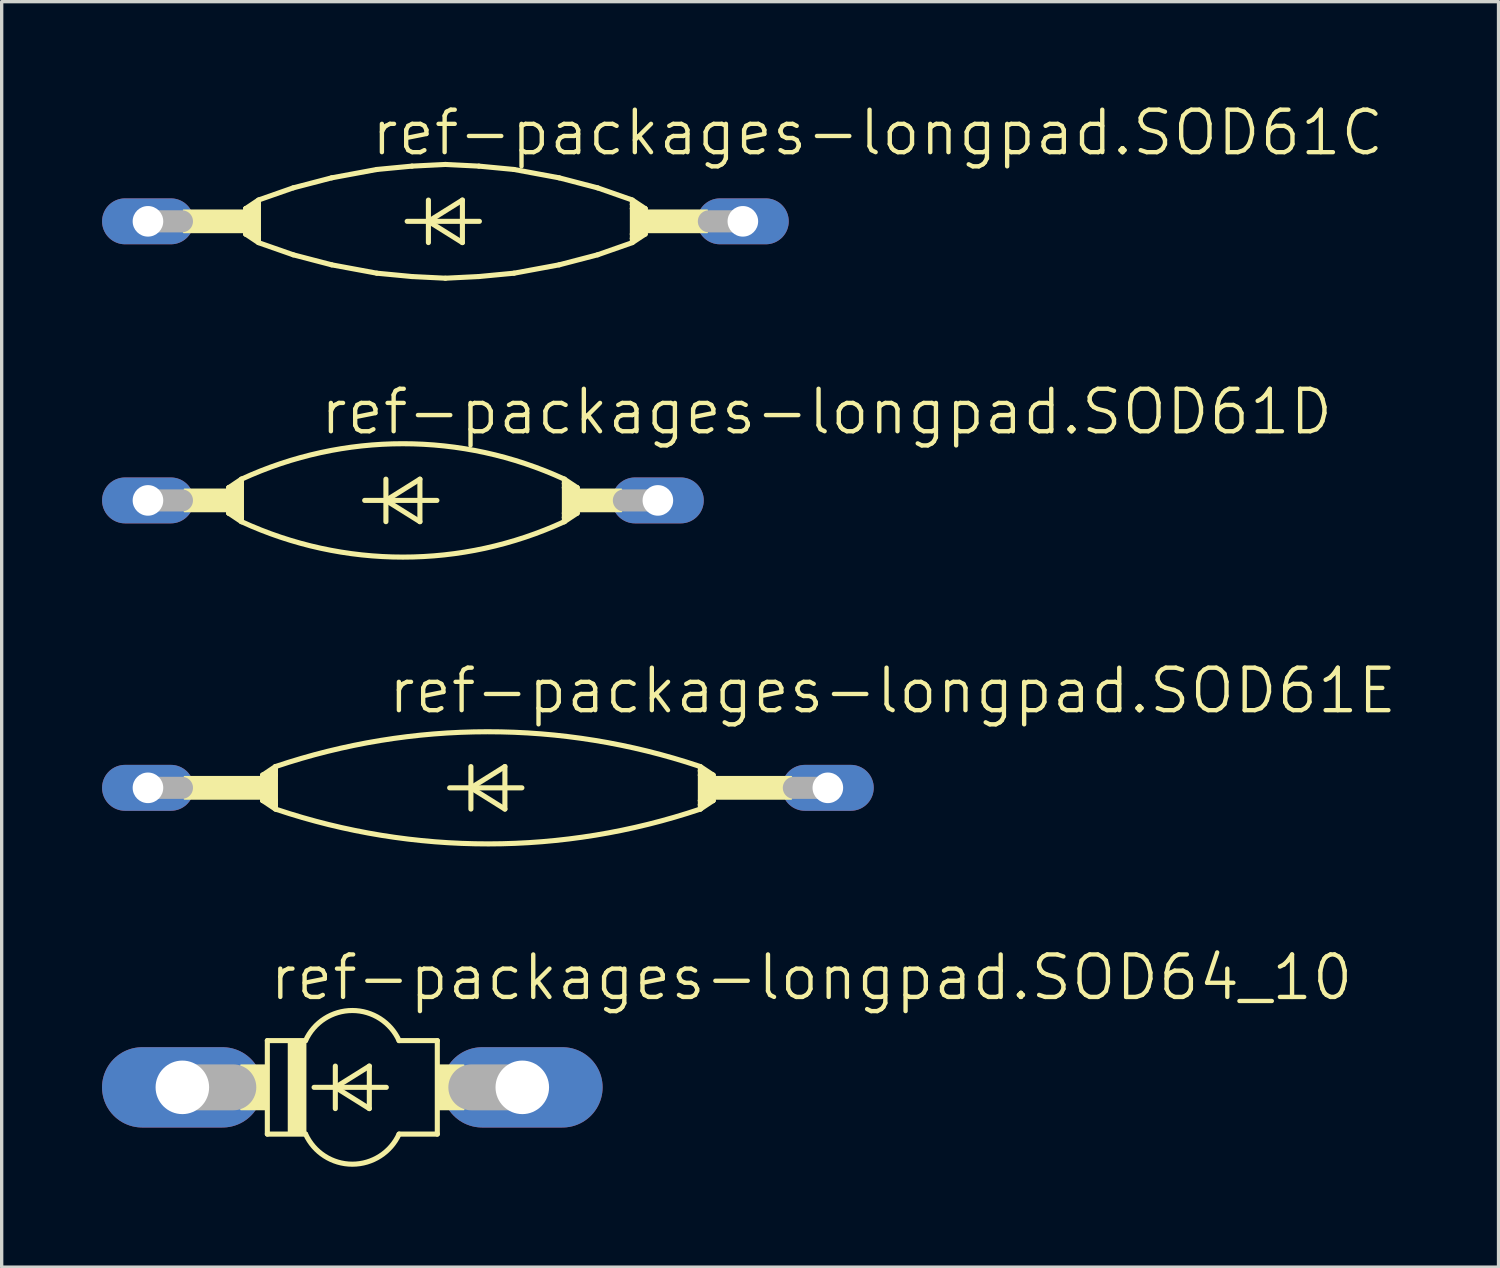
<source format=kicad_pcb>
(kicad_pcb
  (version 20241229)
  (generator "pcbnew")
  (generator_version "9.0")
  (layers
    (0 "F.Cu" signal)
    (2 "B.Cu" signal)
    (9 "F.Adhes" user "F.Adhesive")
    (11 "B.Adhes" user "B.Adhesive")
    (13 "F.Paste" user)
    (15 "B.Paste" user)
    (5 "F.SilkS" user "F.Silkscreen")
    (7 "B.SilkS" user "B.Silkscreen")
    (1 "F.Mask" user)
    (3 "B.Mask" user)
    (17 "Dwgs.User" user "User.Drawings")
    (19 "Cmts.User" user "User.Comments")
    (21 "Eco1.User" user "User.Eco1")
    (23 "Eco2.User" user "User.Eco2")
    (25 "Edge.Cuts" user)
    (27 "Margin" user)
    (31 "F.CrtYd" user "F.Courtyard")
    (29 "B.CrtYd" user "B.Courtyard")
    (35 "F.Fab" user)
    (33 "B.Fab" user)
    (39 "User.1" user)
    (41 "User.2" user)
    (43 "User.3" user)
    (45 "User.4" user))
  (footprint "ref-packages-longpad.SOD64_10"
    (layer "F.Cu")
    (at 7.48 29.448)
    (property "Reference" "ref-packages-longpad.SOD64_10" (at -2.54 -2.54 0) (layer "F.SilkS") (effects (font (size 1.27 1.27) (thickness 0.13)) (justify left bottom)))
    (attr through_hole)
    (fp_line (start -2.54 -1.397) (end -2.54 1.397) (stroke (width 0.152) (type default)) (layer "F.SilkS"))
    (fp_line (start -2.54 -1.397) (end -1.397 -1.397) (stroke (width 0.152) (type default)) (layer "F.SilkS"))
    (fp_line (start -2.54 1.397) (end -1.397 1.397) (stroke (width 0.152) (type default)) (layer "F.SilkS"))
    (fp_line (start -1.143 0) (end -0.508 0) (stroke (width 0.152) (type default)) (layer "F.SilkS"))
    (fp_line (start -0.508 -0.635) (end -0.508 0) (stroke (width 0.152) (type default)) (layer "F.SilkS"))
    (fp_line (start -0.508 0) (end -0.508 0.635) (stroke (width 0.152) (type default)) (layer "F.SilkS"))
    (fp_line (start -0.508 0) (end 0.508 -0.635) (stroke (width 0.152) (type default)) (layer "F.SilkS"))
    (fp_line (start -0.508 0) (end 1.016 0) (stroke (width 0.152) (type default)) (layer "F.SilkS"))
    (fp_line (start 0.508 -0.635) (end 0.508 0.635) (stroke (width 0.152) (type default)) (layer "F.SilkS"))
    (fp_line (start 0.508 0.635) (end -0.508 0) (stroke (width 0.152) (type default)) (layer "F.SilkS"))
    (fp_line (start 1.397 1.397) (end 2.54 1.397) (stroke (width 0.152) (type default)) (layer "F.SilkS"))
    (fp_line (start 2.54 -1.397) (end 1.397 -1.397) (stroke (width 0.152) (type default)) (layer "F.SilkS"))
    (fp_line (start 2.54 1.397) (end 2.54 -1.397) (stroke (width 0.152) (type default)) (layer "F.SilkS"))
    (fp_rect (start -3.327 0.66) (end -2.54 -0.66) (stroke (width 0.05) (type default)) (fill yes) (layer "F.SilkS"))
    (fp_rect (start -1.905 1.397) (end -1.397 -1.397) (stroke (width 0.05) (type default)) (fill yes) (layer "F.SilkS"))
    (fp_rect (start 2.54 0.66) (end 3.327 -0.66) (stroke (width 0.05) (type default)) (fill yes) (layer "F.SilkS"))
    (fp_arc (start -1.397 -1.397) (mid 0 -2.296547) (end 1.397 -1.397) (stroke (width 0.1524) (type default)) (layer "F.SilkS"))
    (fp_arc (start 1.397 1.397) (mid 0 2.296547) (end -1.397 1.397) (stroke (width 0.1524) (type default)) (layer "F.SilkS"))
    (fp_line (start -5.08 0) (end -3.556 0) (stroke (width 1.372) (type default)) (layer "F.Fab"))
    (fp_line (start 5.08 0) (end 3.556 0) (stroke (width 1.372) (type default)) (layer "F.Fab"))
    (pad "A" thru_hole oval (at 5.08 0) (size 4.801 2.4) (drill 1.6) (layers "*.Cu" "*.Mask"))
    (pad "C" thru_hole oval (at -5.08 0) (size 4.801 2.4) (drill 1.6) (layers "*.Cu" "*.Mask")))
  (footprint "ref-packages-longpad.SOD61C"
    (layer "F.Cu")
    (at 10.262 3.565)
    (property "Reference" "ref-packages-longpad.SOD61C" (at -2.286 -1.905 0) (layer "F.SilkS") (effects (font (size 1.27 1.27) (thickness 0.13)) (justify left bottom)))
    (attr through_hole)
    (fp_line (start -5.969 -0.381) (end -5.969 0.381) (stroke (width 0.152) (type default)) (layer "F.SilkS"))
    (fp_line (start -5.969 -0.381) (end -5.842 -0.381) (stroke (width 0.152) (type default)) (layer "F.SilkS"))
    (fp_line (start -5.969 0.381) (end -5.842 0.381) (stroke (width 0.152) (type default)) (layer "F.SilkS"))
    (fp_line (start -5.969 0.381) (end -5.588 0.635) (stroke (width 0.152) (type default)) (layer "F.SilkS"))
    (fp_line (start -5.842 -0.381) (end -5.588 -0.381) (stroke (width 0.152) (type default)) (layer "F.SilkS"))
    (fp_line (start -5.842 0.381) (end -5.588 0.381) (stroke (width 0.152) (type default)) (layer "F.SilkS"))
    (fp_line (start -5.588 -0.635) (end -5.969 -0.381) (stroke (width 0.152) (type default)) (layer "F.SilkS"))
    (fp_line (start -5.588 -0.635) (end -5.588 -0.508) (stroke (width 0.152) (type default)) (layer "F.SilkS"))
    (fp_line (start -5.588 -0.508) (end -5.842 -0.381) (stroke (width 0.152) (type default)) (layer "F.SilkS"))
    (fp_line (start -5.588 -0.508) (end -5.588 -0.381) (stroke (width 0.152) (type default)) (layer "F.SilkS"))
    (fp_line (start -5.588 -0.381) (end -5.588 0.381) (stroke (width 0.152) (type default)) (layer "F.SilkS"))
    (fp_line (start -5.588 0.381) (end -5.588 0.508) (stroke (width 0.152) (type default)) (layer "F.SilkS"))
    (fp_line (start -5.588 0.508) (end -5.842 0.381) (stroke (width 0.152) (type default)) (layer "F.SilkS"))
    (fp_line (start -5.588 0.508) (end -5.588 0.635) (stroke (width 0.152) (type default)) (layer "F.SilkS"))
    (fp_line (start -5.55 -0.65) (end -4.55 -1) (stroke (width 0.152) (type default)) (layer "F.SilkS"))
    (fp_line (start -5.55 0.65) (end -4.55 1) (stroke (width 0.152) (type default)) (layer "F.SilkS"))
    (fp_line (start -4.55 -1) (end -3.4 -1.3) (stroke (width 0.152) (type default)) (layer "F.SilkS"))
    (fp_line (start -4.55 1) (end -3.4 1.3) (stroke (width 0.152) (type default)) (layer "F.SilkS"))
    (fp_line (start -3.4 -1.3) (end -2.05 -1.55) (stroke (width 0.152) (type default)) (layer "F.SilkS"))
    (fp_line (start -3.4 1.3) (end -2.05 1.55) (stroke (width 0.152) (type default)) (layer "F.SilkS"))
    (fp_line (start -2.05 -1.55) (end -1 -1.65) (stroke (width 0.152) (type default)) (layer "F.SilkS"))
    (fp_line (start -2.05 1.55) (end -1 1.65) (stroke (width 0.152) (type default)) (layer "F.SilkS"))
    (fp_line (start -1.143 0) (end -0.508 0) (stroke (width 0.152) (type default)) (layer "F.SilkS"))
    (fp_line (start -1 -1.65) (end 0 -1.7) (stroke (width 0.152) (type default)) (layer "F.SilkS"))
    (fp_line (start -1 1.65) (end 0 1.7) (stroke (width 0.152) (type default)) (layer "F.SilkS"))
    (fp_line (start -0.508 -0.635) (end -0.508 0) (stroke (width 0.152) (type default)) (layer "F.SilkS"))
    (fp_line (start -0.508 0) (end -0.508 0.635) (stroke (width 0.152) (type default)) (layer "F.SilkS"))
    (fp_line (start -0.508 0) (end 0.508 -0.635) (stroke (width 0.152) (type default)) (layer "F.SilkS"))
    (fp_line (start -0.508 0) (end 1.016 0) (stroke (width 0.152) (type default)) (layer "F.SilkS"))
    (fp_line (start 0.508 -0.635) (end 0.508 0.635) (stroke (width 0.152) (type default)) (layer "F.SilkS"))
    (fp_line (start 0.508 0.635) (end -0.508 0) (stroke (width 0.152) (type default)) (layer "F.SilkS"))
    (fp_line (start 1 -1.65) (end 0 -1.7) (stroke (width 0.152) (type default)) (layer "F.SilkS"))
    (fp_line (start 1 1.65) (end 0 1.7) (stroke (width 0.152) (type default)) (layer "F.SilkS"))
    (fp_line (start 2.05 -1.55) (end 1 -1.65) (stroke (width 0.152) (type default)) (layer "F.SilkS"))
    (fp_line (start 2.05 1.55) (end 1 1.65) (stroke (width 0.152) (type default)) (layer "F.SilkS"))
    (fp_line (start 3.4 -1.3) (end 2.05 -1.55) (stroke (width 0.152) (type default)) (layer "F.SilkS"))
    (fp_line (start 3.4 1.3) (end 2.05 1.55) (stroke (width 0.152) (type default)) (layer "F.SilkS"))
    (fp_line (start 4.55 -1) (end 3.4 -1.3) (stroke (width 0.152) (type default)) (layer "F.SilkS"))
    (fp_line (start 4.55 1) (end 3.4 1.3) (stroke (width 0.152) (type default)) (layer "F.SilkS"))
    (fp_line (start 5.55 -0.65) (end 4.55 -1) (stroke (width 0.152) (type default)) (layer "F.SilkS"))
    (fp_line (start 5.55 0.65) (end 4.55 1) (stroke (width 0.152) (type default)) (layer "F.SilkS"))
    (fp_line (start 5.588 -0.635) (end 5.969 -0.381) (stroke (width 0.152) (type default)) (layer "F.SilkS"))
    (fp_line (start 5.588 -0.508) (end 5.588 -0.635) (stroke (width 0.152) (type default)) (layer "F.SilkS"))
    (fp_line (start 5.588 -0.508) (end 5.842 -0.381) (stroke (width 0.152) (type default)) (layer "F.SilkS"))
    (fp_line (start 5.588 -0.381) (end 5.588 -0.508) (stroke (width 0.152) (type default)) (layer "F.SilkS"))
    (fp_line (start 5.588 0.381) (end 5.588 -0.381) (stroke (width 0.152) (type default)) (layer "F.SilkS"))
    (fp_line (start 5.588 0.508) (end 5.588 0.381) (stroke (width 0.152) (type default)) (layer "F.SilkS"))
    (fp_line (start 5.588 0.508) (end 5.842 0.381) (stroke (width 0.152) (type default)) (layer "F.SilkS"))
    (fp_line (start 5.588 0.635) (end 5.588 0.508) (stroke (width 0.152) (type default)) (layer "F.SilkS"))
    (fp_line (start 5.588 0.635) (end 5.969 0.381) (stroke (width 0.152) (type default)) (layer "F.SilkS"))
    (fp_line (start 5.842 -0.381) (end 5.588 -0.381) (stroke (width 0.152) (type default)) (layer "F.SilkS"))
    (fp_line (start 5.842 0.381) (end 5.588 0.381) (stroke (width 0.152) (type default)) (layer "F.SilkS"))
    (fp_line (start 5.969 -0.381) (end 5.842 -0.381) (stroke (width 0.152) (type default)) (layer "F.SilkS"))
    (fp_line (start 5.969 -0.381) (end 5.969 0.381) (stroke (width 0.152) (type default)) (layer "F.SilkS"))
    (fp_line (start 5.969 0.381) (end 5.842 0.381) (stroke (width 0.152) (type default)) (layer "F.SilkS"))
    (fp_rect (start -7.823 0.33) (end -5.969 -0.33) (stroke (width 0.05) (type default)) (fill yes) (layer "F.SilkS"))
    (fp_rect (start -5.969 0.381) (end -5.588 -0.381) (stroke (width 0.05) (type default)) (fill yes) (layer "F.SilkS"))
    (fp_rect (start 5.588 0.381) (end 5.969 -0.381) (stroke (width 0.05) (type default)) (fill yes) (layer "F.SilkS"))
    (fp_rect (start 5.969 0.33) (end 7.823 -0.33) (stroke (width 0.05) (type default)) (fill yes) (layer "F.SilkS"))
    (fp_line (start -8.89 0) (end -7.874 0) (stroke (width 0.66) (type default)) (layer "F.Fab"))
    (fp_line (start 8.89 0) (end 7.874 0) (stroke (width 0.66) (type default)) (layer "F.Fab"))
    (pad "A" thru_hole oval (at 8.89 0) (size 2.743 1.372) (drill 0.914) (layers "*.Cu" "*.Mask"))
    (pad "C" thru_hole oval (at -8.89 0) (size 2.743 1.372) (drill 0.914) (layers "*.Cu" "*.Mask")))
  (footprint "ref-packages-longpad.SOD61D"
    (layer "F.Cu")
    (at 8.992 11.906)
    (property "Reference" "ref-packages-longpad.SOD61D" (at -2.54 -1.905 0) (layer "F.SilkS") (effects (font (size 1.27 1.27) (thickness 0.13)) (justify left bottom)))
    (attr through_hole)
    (fp_line (start -5.207 -0.381) (end -5.207 0.381) (stroke (width 0.152) (type default)) (layer "F.SilkS"))
    (fp_line (start -5.207 -0.381) (end -5.08 -0.381) (stroke (width 0.152) (type default)) (layer "F.SilkS"))
    (fp_line (start -5.207 0.381) (end -5.08 0.381) (stroke (width 0.152) (type default)) (layer "F.SilkS"))
    (fp_line (start -5.207 0.381) (end -4.826 0.635) (stroke (width 0.152) (type default)) (layer "F.SilkS"))
    (fp_line (start -5.08 -0.381) (end -4.826 -0.381) (stroke (width 0.152) (type default)) (layer "F.SilkS"))
    (fp_line (start -5.08 0.381) (end -4.826 0.381) (stroke (width 0.152) (type default)) (layer "F.SilkS"))
    (fp_line (start -4.826 -0.635) (end -5.207 -0.381) (stroke (width 0.152) (type default)) (layer "F.SilkS"))
    (fp_line (start -4.826 -0.635) (end -4.826 -0.508) (stroke (width 0.152) (type default)) (layer "F.SilkS"))
    (fp_line (start -4.826 -0.508) (end -5.08 -0.381) (stroke (width 0.152) (type default)) (layer "F.SilkS"))
    (fp_line (start -4.826 -0.508) (end -4.826 -0.381) (stroke (width 0.152) (type default)) (layer "F.SilkS"))
    (fp_line (start -4.826 -0.381) (end -4.826 0.381) (stroke (width 0.152) (type default)) (layer "F.SilkS"))
    (fp_line (start -4.826 0.381) (end -4.826 0.508) (stroke (width 0.152) (type default)) (layer "F.SilkS"))
    (fp_line (start -4.826 0.508) (end -5.08 0.381) (stroke (width 0.152) (type default)) (layer "F.SilkS"))
    (fp_line (start -4.826 0.508) (end -4.826 0.635) (stroke (width 0.152) (type default)) (layer "F.SilkS"))
    (fp_line (start -1.143 0) (end -0.508 0) (stroke (width 0.152) (type default)) (layer "F.SilkS"))
    (fp_line (start -0.508 -0.635) (end -0.508 0) (stroke (width 0.152) (type default)) (layer "F.SilkS"))
    (fp_line (start -0.508 0) (end -0.508 0.635) (stroke (width 0.152) (type default)) (layer "F.SilkS"))
    (fp_line (start -0.508 0) (end 0.508 -0.635) (stroke (width 0.152) (type default)) (layer "F.SilkS"))
    (fp_line (start -0.508 0) (end 1.016 0) (stroke (width 0.152) (type default)) (layer "F.SilkS"))
    (fp_line (start 0.508 -0.635) (end 0.508 0.635) (stroke (width 0.152) (type default)) (layer "F.SilkS"))
    (fp_line (start 0.508 0.635) (end -0.508 0) (stroke (width 0.152) (type default)) (layer "F.SilkS"))
    (fp_line (start 4.826 -0.635) (end 5.207 -0.381) (stroke (width 0.152) (type default)) (layer "F.SilkS"))
    (fp_line (start 4.826 -0.508) (end 4.826 -0.635) (stroke (width 0.152) (type default)) (layer "F.SilkS"))
    (fp_line (start 4.826 -0.508) (end 5.08 -0.381) (stroke (width 0.152) (type default)) (layer "F.SilkS"))
    (fp_line (start 4.826 -0.381) (end 4.826 -0.508) (stroke (width 0.152) (type default)) (layer "F.SilkS"))
    (fp_line (start 4.826 0.381) (end 4.826 -0.381) (stroke (width 0.152) (type default)) (layer "F.SilkS"))
    (fp_line (start 4.826 0.508) (end 4.826 0.381) (stroke (width 0.152) (type default)) (layer "F.SilkS"))
    (fp_line (start 4.826 0.508) (end 5.08 0.381) (stroke (width 0.152) (type default)) (layer "F.SilkS"))
    (fp_line (start 4.826 0.635) (end 4.826 0.508) (stroke (width 0.152) (type default)) (layer "F.SilkS"))
    (fp_line (start 4.826 0.635) (end 5.207 0.381) (stroke (width 0.152) (type default)) (layer "F.SilkS"))
    (fp_line (start 5.08 -0.381) (end 4.826 -0.381) (stroke (width 0.152) (type default)) (layer "F.SilkS"))
    (fp_line (start 5.08 0.381) (end 4.826 0.381) (stroke (width 0.152) (type default)) (layer "F.SilkS"))
    (fp_line (start 5.207 -0.381) (end 5.08 -0.381) (stroke (width 0.152) (type default)) (layer "F.SilkS"))
    (fp_line (start 5.207 -0.381) (end 5.207 0.381) (stroke (width 0.152) (type default)) (layer "F.SilkS"))
    (fp_line (start 5.207 0.381) (end 5.08 0.381) (stroke (width 0.152) (type default)) (layer "F.SilkS"))
    (fp_rect (start -6.528 0.33) (end -5.207 -0.33) (stroke (width 0.05) (type default)) (fill yes) (layer "F.SilkS"))
    (fp_rect (start -5.207 0.381) (end -4.826 -0.381) (stroke (width 0.05) (type default)) (fill yes) (layer "F.SilkS"))
    (fp_rect (start 4.826 0.381) (end 5.207 -0.381) (stroke (width 0.05) (type default)) (fill yes) (layer "F.SilkS"))
    (fp_rect (start 5.207 0.33) (end 6.528 -0.33) (stroke (width 0.05) (type default)) (fill yes) (layer "F.SilkS"))
    (fp_arc (start -4.826 -0.635) (mid -0.000333 -1.694199) (end 4.8254 -0.6353) (stroke (width 0.1524) (type default)) (layer "F.SilkS"))
    (fp_arc (start 4.826 0.635) (mid 0.000333 1.694199) (end -4.8254 0.6353) (stroke (width 0.1524) (type default)) (layer "F.SilkS"))
    (fp_line (start -7.62 0) (end -6.604 0) (stroke (width 0.66) (type default)) (layer "F.Fab"))
    (fp_line (start 7.62 0) (end 6.604 0) (stroke (width 0.66) (type default)) (layer "F.Fab"))
    (pad "A" thru_hole oval (at 7.62 0) (size 2.743 1.372) (drill 0.914) (layers "*.Cu" "*.Mask"))
    (pad "C" thru_hole oval (at -7.62 0) (size 2.743 1.372) (drill 0.914) (layers "*.Cu" "*.Mask")))
  (footprint "ref-packages-longpad.SOD61E"
    (layer "F.Cu")
    (at 11.532 20.496)
    (property "Reference" "ref-packages-longpad.SOD61E" (at -3.048 -2.159 0) (layer "F.SilkS") (effects (font (size 1.27 1.27) (thickness 0.13)) (justify left bottom)))
    (attr through_hole)
    (fp_line (start -6.731 -0.381) (end -6.731 0.381) (stroke (width 0.152) (type default)) (layer "F.SilkS"))
    (fp_line (start -6.731 -0.381) (end -6.604 -0.381) (stroke (width 0.152) (type default)) (layer "F.SilkS"))
    (fp_line (start -6.731 0.381) (end -6.604 0.381) (stroke (width 0.152) (type default)) (layer "F.SilkS"))
    (fp_line (start -6.731 0.381) (end -6.35 0.635) (stroke (width 0.152) (type default)) (layer "F.SilkS"))
    (fp_line (start -6.604 -0.381) (end -6.35 -0.381) (stroke (width 0.152) (type default)) (layer "F.SilkS"))
    (fp_line (start -6.604 0.381) (end -6.35 0.381) (stroke (width 0.152) (type default)) (layer "F.SilkS"))
    (fp_line (start -6.35 -0.635) (end -6.731 -0.381) (stroke (width 0.152) (type default)) (layer "F.SilkS"))
    (fp_line (start -6.35 -0.635) (end -6.35 -0.508) (stroke (width 0.152) (type default)) (layer "F.SilkS"))
    (fp_line (start -6.35 -0.508) (end -6.604 -0.381) (stroke (width 0.152) (type default)) (layer "F.SilkS"))
    (fp_line (start -6.35 -0.508) (end -6.35 -0.381) (stroke (width 0.152) (type default)) (layer "F.SilkS"))
    (fp_line (start -6.35 -0.381) (end -6.35 0.381) (stroke (width 0.152) (type default)) (layer "F.SilkS"))
    (fp_line (start -6.35 0.381) (end -6.35 0.508) (stroke (width 0.152) (type default)) (layer "F.SilkS"))
    (fp_line (start -6.35 0.508) (end -6.604 0.381) (stroke (width 0.152) (type default)) (layer "F.SilkS"))
    (fp_line (start -6.35 0.508) (end -6.35 0.635) (stroke (width 0.152) (type default)) (layer "F.SilkS"))
    (fp_line (start -1.143 0) (end -0.508 0) (stroke (width 0.152) (type default)) (layer "F.SilkS"))
    (fp_line (start -0.508 -0.635) (end -0.508 0) (stroke (width 0.152) (type default)) (layer "F.SilkS"))
    (fp_line (start -0.508 0) (end -0.508 0.635) (stroke (width 0.152) (type default)) (layer "F.SilkS"))
    (fp_line (start -0.508 0) (end 0.508 -0.635) (stroke (width 0.152) (type default)) (layer "F.SilkS"))
    (fp_line (start -0.508 0) (end 1.016 0) (stroke (width 0.152) (type default)) (layer "F.SilkS"))
    (fp_line (start 0.508 -0.635) (end 0.508 0.635) (stroke (width 0.152) (type default)) (layer "F.SilkS"))
    (fp_line (start 0.508 0.635) (end -0.508 0) (stroke (width 0.152) (type default)) (layer "F.SilkS"))
    (fp_line (start 6.35 -0.635) (end 6.731 -0.381) (stroke (width 0.152) (type default)) (layer "F.SilkS"))
    (fp_line (start 6.35 -0.508) (end 6.35 -0.635) (stroke (width 0.152) (type default)) (layer "F.SilkS"))
    (fp_line (start 6.35 -0.508) (end 6.604 -0.381) (stroke (width 0.152) (type default)) (layer "F.SilkS"))
    (fp_line (start 6.35 -0.381) (end 6.35 -0.508) (stroke (width 0.152) (type default)) (layer "F.SilkS"))
    (fp_line (start 6.35 0.381) (end 6.35 -0.381) (stroke (width 0.152) (type default)) (layer "F.SilkS"))
    (fp_line (start 6.35 0.508) (end 6.35 0.381) (stroke (width 0.152) (type default)) (layer "F.SilkS"))
    (fp_line (start 6.35 0.508) (end 6.604 0.381) (stroke (width 0.152) (type default)) (layer "F.SilkS"))
    (fp_line (start 6.35 0.635) (end 6.35 0.508) (stroke (width 0.152) (type default)) (layer "F.SilkS"))
    (fp_line (start 6.35 0.635) (end 6.731 0.381) (stroke (width 0.152) (type default)) (layer "F.SilkS"))
    (fp_line (start 6.604 -0.381) (end 6.35 -0.381) (stroke (width 0.152) (type default)) (layer "F.SilkS"))
    (fp_line (start 6.604 0.381) (end 6.35 0.381) (stroke (width 0.152) (type default)) (layer "F.SilkS"))
    (fp_line (start 6.731 -0.381) (end 6.604 -0.381) (stroke (width 0.152) (type default)) (layer "F.SilkS"))
    (fp_line (start 6.731 -0.381) (end 6.731 0.381) (stroke (width 0.152) (type default)) (layer "F.SilkS"))
    (fp_line (start 6.731 0.381) (end 6.604 0.381) (stroke (width 0.152) (type default)) (layer "F.SilkS"))
    (fp_rect (start -9.068 0.33) (end -6.731 -0.33) (stroke (width 0.05) (type default)) (fill yes) (layer "F.SilkS"))
    (fp_rect (start -6.731 0.381) (end -6.35 -0.381) (stroke (width 0.05) (type default)) (fill yes) (layer "F.SilkS"))
    (fp_rect (start 6.35 0.381) (end 6.731 -0.381) (stroke (width 0.05) (type default)) (fill yes) (layer "F.SilkS"))
    (fp_rect (start 6.731 0.33) (end 9.068 -0.33) (stroke (width 0.05) (type default)) (fill yes) (layer "F.SilkS"))
    (fp_arc (start -6.35 -0.635) (mid -0.017882 -1.675992) (end 6.3161 -0.6464) (stroke (width 0.1524) (type default)) (layer "F.SilkS"))
    (fp_arc (start 6.35 0.635) (mid 0.017882 1.675992) (end -6.3161 0.6464) (stroke (width 0.1524) (type default)) (layer "F.SilkS"))
    (fp_line (start -10.16 0) (end -9.144 0) (stroke (width 0.66) (type default)) (layer "F.Fab"))
    (fp_line (start 10.16 0) (end 9.144 0) (stroke (width 0.66) (type default)) (layer "F.Fab"))
    (pad "A" thru_hole oval (at 10.16 0) (size 2.743 1.372) (drill 0.914) (layers "*.Cu" "*.Mask"))
    (pad "C" thru_hole oval (at -10.16 0) (size 2.743 1.372) (drill 0.914) (layers "*.Cu" "*.Mask")))
  (gr_rect
    (start -3 -3)
    (end 41.737 34.821)
    (stroke (width 0.1) (type default))
    (fill no)
    (layer "Edge.Cuts")))
</source>
